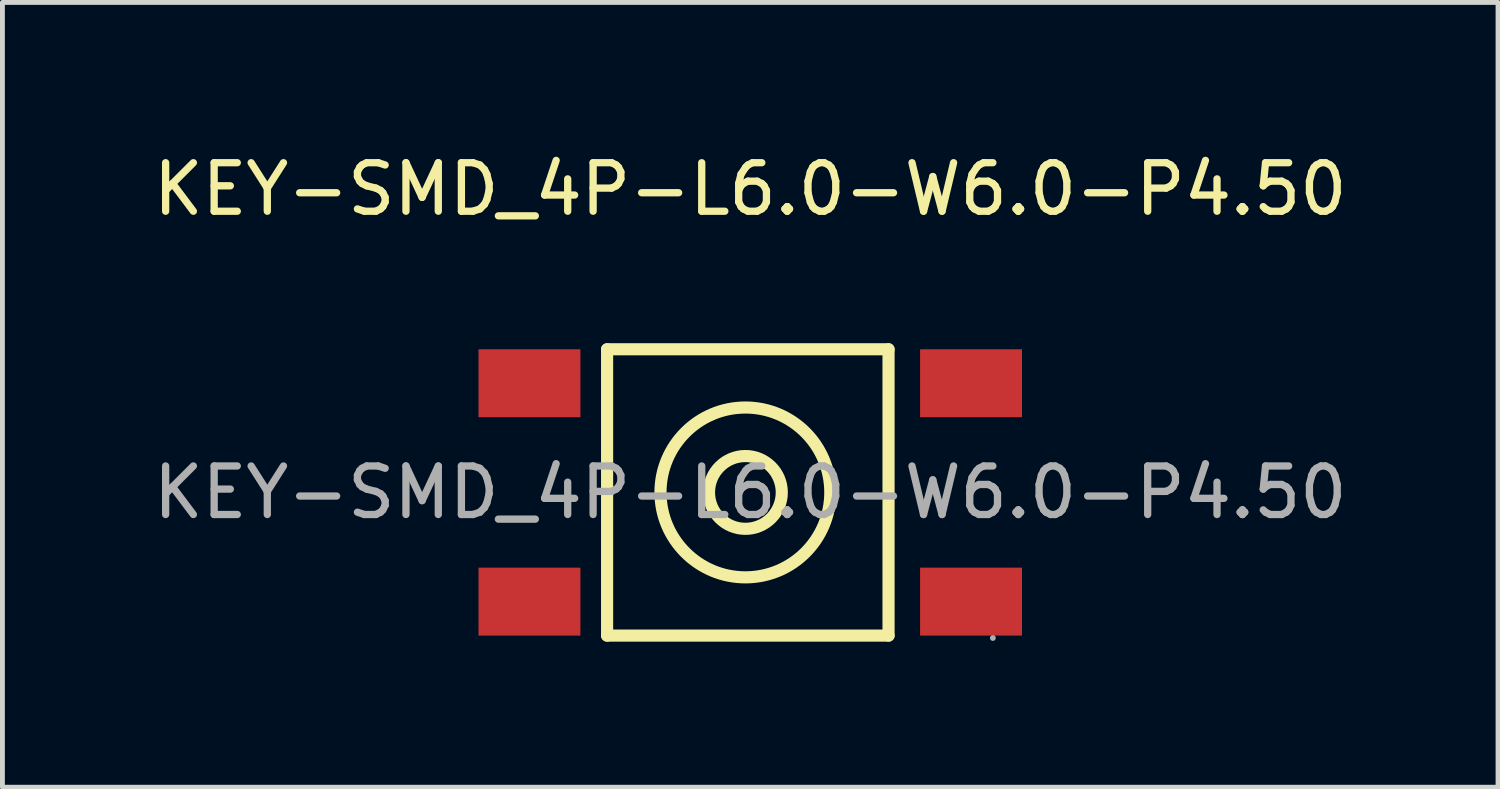
<source format=kicad_pcb>
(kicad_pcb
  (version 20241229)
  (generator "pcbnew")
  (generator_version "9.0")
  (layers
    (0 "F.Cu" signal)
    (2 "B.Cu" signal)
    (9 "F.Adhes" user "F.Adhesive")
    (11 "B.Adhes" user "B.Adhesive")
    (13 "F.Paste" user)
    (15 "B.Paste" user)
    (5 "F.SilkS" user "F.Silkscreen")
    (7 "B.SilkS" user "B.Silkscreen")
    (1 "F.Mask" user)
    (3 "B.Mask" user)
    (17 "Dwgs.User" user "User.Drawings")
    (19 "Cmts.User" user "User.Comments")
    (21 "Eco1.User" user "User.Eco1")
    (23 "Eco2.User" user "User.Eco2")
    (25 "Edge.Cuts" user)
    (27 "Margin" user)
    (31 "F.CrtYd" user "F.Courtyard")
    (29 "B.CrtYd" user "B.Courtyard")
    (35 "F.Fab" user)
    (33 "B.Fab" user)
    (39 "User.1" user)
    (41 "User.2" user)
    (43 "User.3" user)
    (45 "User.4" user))
  (footprint "KEY-SMD_4P-L6.0-W6.0-P4.50"
    (layer "F.Cu")
    (at 12.411 7.098)
    (property "Reference" "KEY-SMD_4P-L6.0-W6.0-P4.50" (at 0 -6.25 0) (layer "F.SilkS") (effects (font (size 1 1) (thickness 0.15))))
    (attr smd)
    (fp_line (start -2.95 -2.95) (end -2.95 2.95) (stroke (width 0.25) (type solid)) (layer "F.SilkS"))
    (fp_line (start -2.95 2.95) (end 2.85 2.95) (stroke (width 0.25) (type solid)) (layer "F.SilkS"))
    (fp_line (start 2.85 -2.95) (end -2.95 -2.95) (stroke (width 0.25) (type solid)) (layer "F.SilkS"))
    (fp_line (start 2.85 2.95) (end 2.85 -2.95) (stroke (width 0.25) (type solid)) (layer "F.SilkS"))
    (fp_circle (center -0.1 0) (end 0.65 0) (stroke (width 0.25) (type solid)) (fill no) (layer "F.SilkS"))
    (fp_circle (center -0.1 0) (end 1.65 0) (stroke (width 0.25) (type solid)) (fill no) (layer "F.SilkS"))
    (fp_circle (center 5 3) (end 5.03 3) (stroke (width 0.06) (type solid)) (fill no) (layer "F.Fab"))
    (fp_text user "${REFERENCE}" (at 0 0 0) (layer "F.Fab") (effects (font (size 1 1) (thickness 0.15))))
    (pad "1" smd rect (at 4.55 2.25) (size 2.1 1.4) (layers "F.Cu" "F.Mask" "F.Paste"))
    (pad "2" smd rect (at -4.55 2.25) (size 2.1 1.4) (layers "F.Cu" "F.Mask" "F.Paste"))
    (pad "3" smd rect (at 4.55 -2.25) (size 2.1 1.4) (layers "F.Cu" "F.Mask" "F.Paste"))
    (pad "4" smd rect (at -4.55 -2.25) (size 2.1 1.4) (layers "F.Cu" "F.Mask" "F.Paste")))
  (gr_rect
    (start -3 -3)
    (end 27.821 13.173)
    (stroke (width 0.1) (type default))
    (fill no)
    (layer "Edge.Cuts")))
</source>
